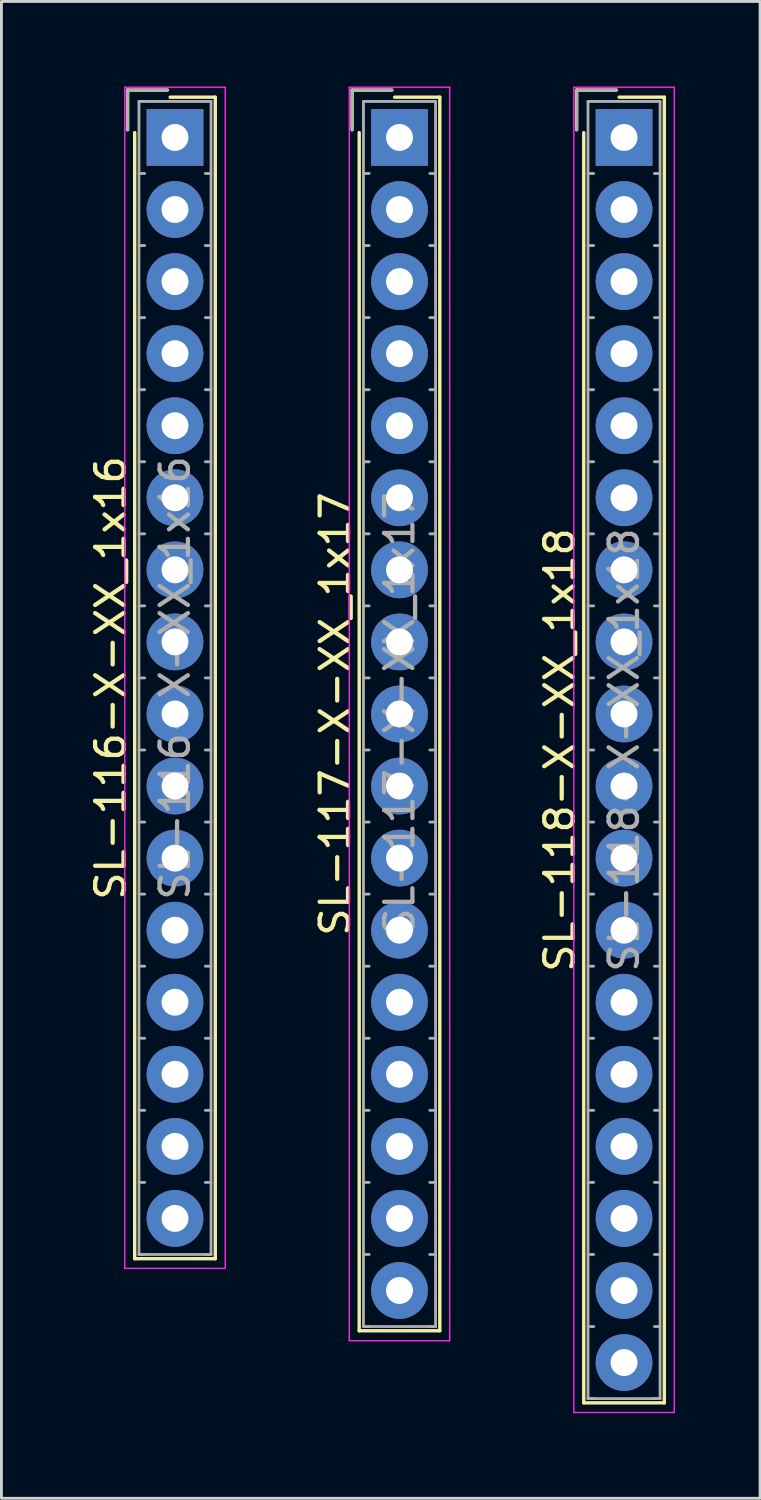
<source format=kicad_pcb>
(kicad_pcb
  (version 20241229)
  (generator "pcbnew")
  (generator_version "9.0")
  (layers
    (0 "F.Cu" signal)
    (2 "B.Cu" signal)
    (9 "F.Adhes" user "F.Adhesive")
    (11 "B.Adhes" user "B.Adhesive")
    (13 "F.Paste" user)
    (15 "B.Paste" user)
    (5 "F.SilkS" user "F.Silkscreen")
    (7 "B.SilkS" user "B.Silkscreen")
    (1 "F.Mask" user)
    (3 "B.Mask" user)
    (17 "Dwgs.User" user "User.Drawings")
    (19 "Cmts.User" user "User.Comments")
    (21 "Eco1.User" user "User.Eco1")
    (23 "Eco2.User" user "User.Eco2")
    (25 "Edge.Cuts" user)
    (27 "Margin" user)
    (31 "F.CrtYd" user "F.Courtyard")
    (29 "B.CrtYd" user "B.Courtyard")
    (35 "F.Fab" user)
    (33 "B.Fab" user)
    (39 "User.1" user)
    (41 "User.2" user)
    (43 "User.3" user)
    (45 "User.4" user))
  (footprint "SL-116-X-XX_1x16"
    (layer "F.Cu")
    (at 3.118 1.795)
    (property "Reference" "SL-116-X-XX_1x16" (at -2.27 19.05 90) (layer "F.SilkS") (effects (font (size 1 1) (thickness 0.15))))
    (attr through_hole)
    (fp_line (start -1.67 -1.67) (end -1.67 -0.27) (stroke (width 0.12) (type solid)) (layer "F.SilkS"))
    (fp_line (start -1.42 39.52) (end -1.42 -0.17) (stroke (width 0.12) (type solid)) (layer "F.SilkS"))
    (fp_line (start -0.27 -1.67) (end -1.67 -1.67) (stroke (width 0.12) (type solid)) (layer "F.SilkS"))
    (fp_line (start -0.17 -1.42) (end 1.42 -1.42) (stroke (width 0.12) (type solid)) (layer "F.SilkS"))
    (fp_line (start 1.42 -1.42) (end 1.42 39.52) (stroke (width 0.12) (type solid)) (layer "F.SilkS"))
    (fp_line (start 1.42 39.52) (end -1.42 39.52) (stroke (width 0.12) (type solid)) (layer "F.SilkS"))
    (fp_line (start -1.77 -1.77) (end -1.77 39.86) (stroke (width 0.05) (type solid)) (layer "F.CrtYd"))
    (fp_line (start -1.77 39.86) (end 1.77 39.86) (stroke (width 0.05) (type solid)) (layer "F.CrtYd"))
    (fp_line (start 1.77 -1.77) (end -1.77 -1.77) (stroke (width 0.05) (type solid)) (layer "F.CrtYd"))
    (fp_line (start 1.77 39.86) (end 1.77 -1.77) (stroke (width 0.05) (type solid)) (layer "F.CrtYd"))
    (fp_line (start -1.67 -1.67) (end -1.67 -0.27) (stroke (width 0.1) (type solid)) (layer "F.Fab"))
    (fp_line (start -1.27 -1.27) (end -1.27 39.37) (stroke (width 0.1) (type solid)) (layer "F.Fab"))
    (fp_line (start -1.27 1.27) (end -1.07 1.27) (stroke (width 0.1) (type solid)) (layer "F.Fab"))
    (fp_line (start -1.27 3.81) (end -1.07 3.81) (stroke (width 0.1) (type solid)) (layer "F.Fab"))
    (fp_line (start -1.27 6.35) (end -1.07 6.35) (stroke (width 0.1) (type solid)) (layer "F.Fab"))
    (fp_line (start -1.27 8.89) (end -1.07 8.89) (stroke (width 0.1) (type solid)) (layer "F.Fab"))
    (fp_line (start -1.27 11.43) (end -1.07 11.43) (stroke (width 0.1) (type solid)) (layer "F.Fab"))
    (fp_line (start -1.27 13.97) (end -1.07 13.97) (stroke (width 0.1) (type solid)) (layer "F.Fab"))
    (fp_line (start -1.27 16.51) (end -1.07 16.51) (stroke (width 0.1) (type solid)) (layer "F.Fab"))
    (fp_line (start -1.27 19.05) (end -1.07 19.05) (stroke (width 0.1) (type solid)) (layer "F.Fab"))
    (fp_line (start -1.27 21.59) (end -1.07 21.59) (stroke (width 0.1) (type solid)) (layer "F.Fab"))
    (fp_line (start -1.27 24.13) (end -1.07 24.13) (stroke (width 0.1) (type solid)) (layer "F.Fab"))
    (fp_line (start -1.27 26.67) (end -1.07 26.67) (stroke (width 0.1) (type solid)) (layer "F.Fab"))
    (fp_line (start -1.27 29.21) (end -1.07 29.21) (stroke (width 0.1) (type solid)) (layer "F.Fab"))
    (fp_line (start -1.27 31.75) (end -1.07 31.75) (stroke (width 0.1) (type solid)) (layer "F.Fab"))
    (fp_line (start -1.27 34.29) (end -1.07 34.29) (stroke (width 0.1) (type solid)) (layer "F.Fab"))
    (fp_line (start -1.27 36.83) (end -1.07 36.83) (stroke (width 0.1) (type solid)) (layer "F.Fab"))
    (fp_line (start -1.27 39.37) (end -1.07 39.37) (stroke (width 0.1) (type solid)) (layer "F.Fab"))
    (fp_line (start -1.27 39.37) (end 1.27 39.37) (stroke (width 0.1) (type solid)) (layer "F.Fab"))
    (fp_line (start -0.27 -1.67) (end -1.67 -1.67) (stroke (width 0.1) (type solid)) (layer "F.Fab"))
    (fp_line (start 1.27 -1.27) (end -1.27 -1.27) (stroke (width 0.1) (type solid)) (layer "F.Fab"))
    (fp_line (start 1.27 1.27) (end 1.07 1.27) (stroke (width 0.1) (type solid)) (layer "F.Fab"))
    (fp_line (start 1.27 3.81) (end 1.07 3.81) (stroke (width 0.1) (type solid)) (layer "F.Fab"))
    (fp_line (start 1.27 6.35) (end 1.07 6.35) (stroke (width 0.1) (type solid)) (layer "F.Fab"))
    (fp_line (start 1.27 8.89) (end 1.07 8.89) (stroke (width 0.1) (type solid)) (layer "F.Fab"))
    (fp_line (start 1.27 11.43) (end 1.07 11.43) (stroke (width 0.1) (type solid)) (layer "F.Fab"))
    (fp_line (start 1.27 13.97) (end 1.07 13.97) (stroke (width 0.1) (type solid)) (layer "F.Fab"))
    (fp_line (start 1.27 16.51) (end 1.07 16.51) (stroke (width 0.1) (type solid)) (layer "F.Fab"))
    (fp_line (start 1.27 19.05) (end 1.07 19.05) (stroke (width 0.1) (type solid)) (layer "F.Fab"))
    (fp_line (start 1.27 21.59) (end 1.07 21.59) (stroke (width 0.1) (type solid)) (layer "F.Fab"))
    (fp_line (start 1.27 24.13) (end 1.07 24.13) (stroke (width 0.1) (type solid)) (layer "F.Fab"))
    (fp_line (start 1.27 26.67) (end 1.07 26.67) (stroke (width 0.1) (type solid)) (layer "F.Fab"))
    (fp_line (start 1.27 29.21) (end 1.07 29.21) (stroke (width 0.1) (type solid)) (layer "F.Fab"))
    (fp_line (start 1.27 31.75) (end 1.07 31.75) (stroke (width 0.1) (type solid)) (layer "F.Fab"))
    (fp_line (start 1.27 34.29) (end 1.07 34.29) (stroke (width 0.1) (type solid)) (layer "F.Fab"))
    (fp_line (start 1.27 36.83) (end 1.07 36.83) (stroke (width 0.1) (type solid)) (layer "F.Fab"))
    (fp_line (start 1.27 39.37) (end 1.07 39.37) (stroke (width 0.1) (type solid)) (layer "F.Fab"))
    (fp_line (start 1.27 39.37) (end 1.27 -1.27) (stroke (width 0.1) (type solid)) (layer "F.Fab"))
    (fp_text user "${REFERENCE}" (at 0 19.05 90) (layer "F.Fab") (effects (font (size 1 1) (thickness 0.15))))
    (pad "1" thru_hole rect (at 0 0) (size 2 2) (drill 0.95) (layers "*.Cu" "*.Mask"))
    (pad "2" thru_hole circle (at 0 2.54) (size 2 2) (drill 0.95) (layers "*.Cu" "*.Mask"))
    (pad "3" thru_hole circle (at 0 5.08) (size 2 2) (drill 0.95) (layers "*.Cu" "*.Mask"))
    (pad "4" thru_hole circle (at 0 7.62) (size 2 2) (drill 0.95) (layers "*.Cu" "*.Mask"))
    (pad "5" thru_hole circle (at 0 10.16) (size 2 2) (drill 0.95) (layers "*.Cu" "*.Mask"))
    (pad "6" thru_hole circle (at 0 12.7) (size 2 2) (drill 0.95) (layers "*.Cu" "*.Mask"))
    (pad "7" thru_hole circle (at 0 15.24) (size 2 2) (drill 0.95) (layers "*.Cu" "*.Mask"))
    (pad "8" thru_hole circle (at 0 17.78) (size 2 2) (drill 0.95) (layers "*.Cu" "*.Mask"))
    (pad "9" thru_hole circle (at 0 20.32) (size 2 2) (drill 0.95) (layers "*.Cu" "*.Mask"))
    (pad "10" thru_hole circle (at 0 22.86) (size 2 2) (drill 0.95) (layers "*.Cu" "*.Mask"))
    (pad "11" thru_hole circle (at 0 25.4) (size 2 2) (drill 0.95) (layers "*.Cu" "*.Mask"))
    (pad "12" thru_hole circle (at 0 27.94) (size 2 2) (drill 0.95) (layers "*.Cu" "*.Mask"))
    (pad "13" thru_hole circle (at 0 30.48) (size 2 2) (drill 0.95) (layers "*.Cu" "*.Mask"))
    (pad "14" thru_hole circle (at 0 33.02) (size 2 2) (drill 0.95) (layers "*.Cu" "*.Mask"))
    (pad "15" thru_hole circle (at 0 35.56) (size 2 2) (drill 0.95) (layers "*.Cu" "*.Mask"))
    (pad "16" thru_hole circle (at 0 38.1) (size 2 2) (drill 0.95) (layers "*.Cu" "*.Mask")))
  (footprint "SL-117-X-XX_1x17"
    (layer "F.Cu")
    (at 11.031 1.795)
    (property "Reference" "SL-117-X-XX_1x17" (at -2.27 20.32 90) (layer "F.SilkS") (effects (font (size 1 1) (thickness 0.15))))
    (attr through_hole)
    (fp_line (start -1.67 -1.67) (end -1.67 -0.27) (stroke (width 0.12) (type solid)) (layer "F.SilkS"))
    (fp_line (start -1.42 42.06) (end -1.42 -0.17) (stroke (width 0.12) (type solid)) (layer "F.SilkS"))
    (fp_line (start -0.27 -1.67) (end -1.67 -1.67) (stroke (width 0.12) (type solid)) (layer "F.SilkS"))
    (fp_line (start -0.17 -1.42) (end 1.42 -1.42) (stroke (width 0.12) (type solid)) (layer "F.SilkS"))
    (fp_line (start 1.42 -1.42) (end 1.42 42.06) (stroke (width 0.12) (type solid)) (layer "F.SilkS"))
    (fp_line (start 1.42 42.06) (end -1.42 42.06) (stroke (width 0.12) (type solid)) (layer "F.SilkS"))
    (fp_line (start -1.77 -1.77) (end -1.77 42.41) (stroke (width 0.05) (type solid)) (layer "F.CrtYd"))
    (fp_line (start -1.77 42.41) (end 1.77 42.41) (stroke (width 0.05) (type solid)) (layer "F.CrtYd"))
    (fp_line (start 1.77 -1.77) (end -1.77 -1.77) (stroke (width 0.05) (type solid)) (layer "F.CrtYd"))
    (fp_line (start 1.77 42.41) (end 1.77 -1.77) (stroke (width 0.05) (type solid)) (layer "F.CrtYd"))
    (fp_line (start -1.67 -1.67) (end -1.67 -0.27) (stroke (width 0.1) (type solid)) (layer "F.Fab"))
    (fp_line (start -1.27 -1.27) (end -1.27 41.91) (stroke (width 0.1) (type solid)) (layer "F.Fab"))
    (fp_line (start -1.27 1.27) (end -1.07 1.27) (stroke (width 0.1) (type solid)) (layer "F.Fab"))
    (fp_line (start -1.27 3.81) (end -1.07 3.81) (stroke (width 0.1) (type solid)) (layer "F.Fab"))
    (fp_line (start -1.27 6.35) (end -1.07 6.35) (stroke (width 0.1) (type solid)) (layer "F.Fab"))
    (fp_line (start -1.27 8.89) (end -1.07 8.89) (stroke (width 0.1) (type solid)) (layer "F.Fab"))
    (fp_line (start -1.27 11.43) (end -1.07 11.43) (stroke (width 0.1) (type solid)) (layer "F.Fab"))
    (fp_line (start -1.27 13.97) (end -1.07 13.97) (stroke (width 0.1) (type solid)) (layer "F.Fab"))
    (fp_line (start -1.27 16.51) (end -1.07 16.51) (stroke (width 0.1) (type solid)) (layer "F.Fab"))
    (fp_line (start -1.27 19.05) (end -1.07 19.05) (stroke (width 0.1) (type solid)) (layer "F.Fab"))
    (fp_line (start -1.27 21.59) (end -1.07 21.59) (stroke (width 0.1) (type solid)) (layer "F.Fab"))
    (fp_line (start -1.27 24.13) (end -1.07 24.13) (stroke (width 0.1) (type solid)) (layer "F.Fab"))
    (fp_line (start -1.27 26.67) (end -1.07 26.67) (stroke (width 0.1) (type solid)) (layer "F.Fab"))
    (fp_line (start -1.27 29.21) (end -1.07 29.21) (stroke (width 0.1) (type solid)) (layer "F.Fab"))
    (fp_line (start -1.27 31.75) (end -1.07 31.75) (stroke (width 0.1) (type solid)) (layer "F.Fab"))
    (fp_line (start -1.27 34.29) (end -1.07 34.29) (stroke (width 0.1) (type solid)) (layer "F.Fab"))
    (fp_line (start -1.27 36.83) (end -1.07 36.83) (stroke (width 0.1) (type solid)) (layer "F.Fab"))
    (fp_line (start -1.27 39.37) (end -1.07 39.37) (stroke (width 0.1) (type solid)) (layer "F.Fab"))
    (fp_line (start -1.27 41.91) (end -1.07 41.91) (stroke (width 0.1) (type solid)) (layer "F.Fab"))
    (fp_line (start -1.27 41.91) (end 1.27 41.91) (stroke (width 0.1) (type solid)) (layer "F.Fab"))
    (fp_line (start -0.27 -1.67) (end -1.67 -1.67) (stroke (width 0.1) (type solid)) (layer "F.Fab"))
    (fp_line (start 1.27 -1.27) (end -1.27 -1.27) (stroke (width 0.1) (type solid)) (layer "F.Fab"))
    (fp_line (start 1.27 1.27) (end 1.07 1.27) (stroke (width 0.1) (type solid)) (layer "F.Fab"))
    (fp_line (start 1.27 3.81) (end 1.07 3.81) (stroke (width 0.1) (type solid)) (layer "F.Fab"))
    (fp_line (start 1.27 6.35) (end 1.07 6.35) (stroke (width 0.1) (type solid)) (layer "F.Fab"))
    (fp_line (start 1.27 8.89) (end 1.07 8.89) (stroke (width 0.1) (type solid)) (layer "F.Fab"))
    (fp_line (start 1.27 11.43) (end 1.07 11.43) (stroke (width 0.1) (type solid)) (layer "F.Fab"))
    (fp_line (start 1.27 13.97) (end 1.07 13.97) (stroke (width 0.1) (type solid)) (layer "F.Fab"))
    (fp_line (start 1.27 16.51) (end 1.07 16.51) (stroke (width 0.1) (type solid)) (layer "F.Fab"))
    (fp_line (start 1.27 19.05) (end 1.07 19.05) (stroke (width 0.1) (type solid)) (layer "F.Fab"))
    (fp_line (start 1.27 21.59) (end 1.07 21.59) (stroke (width 0.1) (type solid)) (layer "F.Fab"))
    (fp_line (start 1.27 24.13) (end 1.07 24.13) (stroke (width 0.1) (type solid)) (layer "F.Fab"))
    (fp_line (start 1.27 26.67) (end 1.07 26.67) (stroke (width 0.1) (type solid)) (layer "F.Fab"))
    (fp_line (start 1.27 29.21) (end 1.07 29.21) (stroke (width 0.1) (type solid)) (layer "F.Fab"))
    (fp_line (start 1.27 31.75) (end 1.07 31.75) (stroke (width 0.1) (type solid)) (layer "F.Fab"))
    (fp_line (start 1.27 34.29) (end 1.07 34.29) (stroke (width 0.1) (type solid)) (layer "F.Fab"))
    (fp_line (start 1.27 36.83) (end 1.07 36.83) (stroke (width 0.1) (type solid)) (layer "F.Fab"))
    (fp_line (start 1.27 39.37) (end 1.07 39.37) (stroke (width 0.1) (type solid)) (layer "F.Fab"))
    (fp_line (start 1.27 41.91) (end 1.07 41.91) (stroke (width 0.1) (type solid)) (layer "F.Fab"))
    (fp_line (start 1.27 41.91) (end 1.27 -1.27) (stroke (width 0.1) (type solid)) (layer "F.Fab"))
    (fp_text user "${REFERENCE}" (at 0 20.32 90) (layer "F.Fab") (effects (font (size 1 1) (thickness 0.15))))
    (pad "1" thru_hole rect (at 0 0) (size 2 2) (drill 0.95) (layers "*.Cu" "*.Mask"))
    (pad "2" thru_hole circle (at 0 2.54) (size 2 2) (drill 0.95) (layers "*.Cu" "*.Mask"))
    (pad "3" thru_hole circle (at 0 5.08) (size 2 2) (drill 0.95) (layers "*.Cu" "*.Mask"))
    (pad "4" thru_hole circle (at 0 7.62) (size 2 2) (drill 0.95) (layers "*.Cu" "*.Mask"))
    (pad "5" thru_hole circle (at 0 10.16) (size 2 2) (drill 0.95) (layers "*.Cu" "*.Mask"))
    (pad "6" thru_hole circle (at 0 12.7) (size 2 2) (drill 0.95) (layers "*.Cu" "*.Mask"))
    (pad "7" thru_hole circle (at 0 15.24) (size 2 2) (drill 0.95) (layers "*.Cu" "*.Mask"))
    (pad "8" thru_hole circle (at 0 17.78) (size 2 2) (drill 0.95) (layers "*.Cu" "*.Mask"))
    (pad "9" thru_hole circle (at 0 20.32) (size 2 2) (drill 0.95) (layers "*.Cu" "*.Mask"))
    (pad "10" thru_hole circle (at 0 22.86) (size 2 2) (drill 0.95) (layers "*.Cu" "*.Mask"))
    (pad "11" thru_hole circle (at 0 25.4) (size 2 2) (drill 0.95) (layers "*.Cu" "*.Mask"))
    (pad "12" thru_hole circle (at 0 27.94) (size 2 2) (drill 0.95) (layers "*.Cu" "*.Mask"))
    (pad "13" thru_hole circle (at 0 30.48) (size 2 2) (drill 0.95) (layers "*.Cu" "*.Mask"))
    (pad "14" thru_hole circle (at 0 33.02) (size 2 2) (drill 0.95) (layers "*.Cu" "*.Mask"))
    (pad "15" thru_hole circle (at 0 35.56) (size 2 2) (drill 0.95) (layers "*.Cu" "*.Mask"))
    (pad "16" thru_hole circle (at 0 38.1) (size 2 2) (drill 0.95) (layers "*.Cu" "*.Mask"))
    (pad "17" thru_hole circle (at 0 40.64) (size 2 2) (drill 0.95) (layers "*.Cu" "*.Mask")))
  (footprint "SL-118-X-XX_1x18"
    (layer "F.Cu")
    (at 18.945 1.795)
    (property "Reference" "SL-118-X-XX_1x18" (at -2.27 21.59 90) (layer "F.SilkS") (effects (font (size 1 1) (thickness 0.15))))
    (attr through_hole)
    (fp_line (start -1.67 -1.67) (end -1.67 -0.27) (stroke (width 0.12) (type solid)) (layer "F.SilkS"))
    (fp_line (start -1.42 44.6) (end -1.42 -0.17) (stroke (width 0.12) (type solid)) (layer "F.SilkS"))
    (fp_line (start -0.27 -1.67) (end -1.67 -1.67) (stroke (width 0.12) (type solid)) (layer "F.SilkS"))
    (fp_line (start -0.17 -1.42) (end 1.42 -1.42) (stroke (width 0.12) (type solid)) (layer "F.SilkS"))
    (fp_line (start 1.42 -1.42) (end 1.42 44.6) (stroke (width 0.12) (type solid)) (layer "F.SilkS"))
    (fp_line (start 1.42 44.6) (end -1.42 44.6) (stroke (width 0.12) (type solid)) (layer "F.SilkS"))
    (fp_line (start -1.77 -1.77) (end -1.77 44.94) (stroke (width 0.05) (type solid)) (layer "F.CrtYd"))
    (fp_line (start -1.77 44.94) (end 1.77 44.94) (stroke (width 0.05) (type solid)) (layer "F.CrtYd"))
    (fp_line (start 1.77 -1.77) (end -1.77 -1.77) (stroke (width 0.05) (type solid)) (layer "F.CrtYd"))
    (fp_line (start 1.77 44.94) (end 1.77 -1.77) (stroke (width 0.05) (type solid)) (layer "F.CrtYd"))
    (fp_line (start -1.67 -1.67) (end -1.67 -0.27) (stroke (width 0.1) (type solid)) (layer "F.Fab"))
    (fp_line (start -1.27 -1.27) (end -1.27 44.45) (stroke (width 0.1) (type solid)) (layer "F.Fab"))
    (fp_line (start -1.27 1.27) (end -1.07 1.27) (stroke (width 0.1) (type solid)) (layer "F.Fab"))
    (fp_line (start -1.27 3.81) (end -1.07 3.81) (stroke (width 0.1) (type solid)) (layer "F.Fab"))
    (fp_line (start -1.27 6.35) (end -1.07 6.35) (stroke (width 0.1) (type solid)) (layer "F.Fab"))
    (fp_line (start -1.27 8.89) (end -1.07 8.89) (stroke (width 0.1) (type solid)) (layer "F.Fab"))
    (fp_line (start -1.27 11.43) (end -1.07 11.43) (stroke (width 0.1) (type solid)) (layer "F.Fab"))
    (fp_line (start -1.27 13.97) (end -1.07 13.97) (stroke (width 0.1) (type solid)) (layer "F.Fab"))
    (fp_line (start -1.27 16.51) (end -1.07 16.51) (stroke (width 0.1) (type solid)) (layer "F.Fab"))
    (fp_line (start -1.27 19.05) (end -1.07 19.05) (stroke (width 0.1) (type solid)) (layer "F.Fab"))
    (fp_line (start -1.27 21.59) (end -1.07 21.59) (stroke (width 0.1) (type solid)) (layer "F.Fab"))
    (fp_line (start -1.27 24.13) (end -1.07 24.13) (stroke (width 0.1) (type solid)) (layer "F.Fab"))
    (fp_line (start -1.27 26.67) (end -1.07 26.67) (stroke (width 0.1) (type solid)) (layer "F.Fab"))
    (fp_line (start -1.27 29.21) (end -1.07 29.21) (stroke (width 0.1) (type solid)) (layer "F.Fab"))
    (fp_line (start -1.27 31.75) (end -1.07 31.75) (stroke (width 0.1) (type solid)) (layer "F.Fab"))
    (fp_line (start -1.27 34.29) (end -1.07 34.29) (stroke (width 0.1) (type solid)) (layer "F.Fab"))
    (fp_line (start -1.27 36.83) (end -1.07 36.83) (stroke (width 0.1) (type solid)) (layer "F.Fab"))
    (fp_line (start -1.27 39.37) (end -1.07 39.37) (stroke (width 0.1) (type solid)) (layer "F.Fab"))
    (fp_line (start -1.27 41.91) (end -1.07 41.91) (stroke (width 0.1) (type solid)) (layer "F.Fab"))
    (fp_line (start -1.27 44.45) (end -1.07 44.45) (stroke (width 0.1) (type solid)) (layer "F.Fab"))
    (fp_line (start -1.27 44.45) (end 1.27 44.45) (stroke (width 0.1) (type solid)) (layer "F.Fab"))
    (fp_line (start -0.27 -1.67) (end -1.67 -1.67) (stroke (width 0.1) (type solid)) (layer "F.Fab"))
    (fp_line (start 1.27 -1.27) (end -1.27 -1.27) (stroke (width 0.1) (type solid)) (layer "F.Fab"))
    (fp_line (start 1.27 1.27) (end 1.07 1.27) (stroke (width 0.1) (type solid)) (layer "F.Fab"))
    (fp_line (start 1.27 3.81) (end 1.07 3.81) (stroke (width 0.1) (type solid)) (layer "F.Fab"))
    (fp_line (start 1.27 6.35) (end 1.07 6.35) (stroke (width 0.1) (type solid)) (layer "F.Fab"))
    (fp_line (start 1.27 8.89) (end 1.07 8.89) (stroke (width 0.1) (type solid)) (layer "F.Fab"))
    (fp_line (start 1.27 11.43) (end 1.07 11.43) (stroke (width 0.1) (type solid)) (layer "F.Fab"))
    (fp_line (start 1.27 13.97) (end 1.07 13.97) (stroke (width 0.1) (type solid)) (layer "F.Fab"))
    (fp_line (start 1.27 16.51) (end 1.07 16.51) (stroke (width 0.1) (type solid)) (layer "F.Fab"))
    (fp_line (start 1.27 19.05) (end 1.07 19.05) (stroke (width 0.1) (type solid)) (layer "F.Fab"))
    (fp_line (start 1.27 21.59) (end 1.07 21.59) (stroke (width 0.1) (type solid)) (layer "F.Fab"))
    (fp_line (start 1.27 24.13) (end 1.07 24.13) (stroke (width 0.1) (type solid)) (layer "F.Fab"))
    (fp_line (start 1.27 26.67) (end 1.07 26.67) (stroke (width 0.1) (type solid)) (layer "F.Fab"))
    (fp_line (start 1.27 29.21) (end 1.07 29.21) (stroke (width 0.1) (type solid)) (layer "F.Fab"))
    (fp_line (start 1.27 31.75) (end 1.07 31.75) (stroke (width 0.1) (type solid)) (layer "F.Fab"))
    (fp_line (start 1.27 34.29) (end 1.07 34.29) (stroke (width 0.1) (type solid)) (layer "F.Fab"))
    (fp_line (start 1.27 36.83) (end 1.07 36.83) (stroke (width 0.1) (type solid)) (layer "F.Fab"))
    (fp_line (start 1.27 39.37) (end 1.07 39.37) (stroke (width 0.1) (type solid)) (layer "F.Fab"))
    (fp_line (start 1.27 41.91) (end 1.07 41.91) (stroke (width 0.1) (type solid)) (layer "F.Fab"))
    (fp_line (start 1.27 44.45) (end 1.07 44.45) (stroke (width 0.1) (type solid)) (layer "F.Fab"))
    (fp_line (start 1.27 44.45) (end 1.27 -1.27) (stroke (width 0.1) (type solid)) (layer "F.Fab"))
    (fp_text user "${REFERENCE}" (at 0 21.59 90) (layer "F.Fab") (effects (font (size 1 1) (thickness 0.15))))
    (pad "1" thru_hole rect (at 0 0) (size 2 2) (drill 0.95) (layers "*.Cu" "*.Mask"))
    (pad "2" thru_hole circle (at 0 2.54) (size 2 2) (drill 0.95) (layers "*.Cu" "*.Mask"))
    (pad "3" thru_hole circle (at 0 5.08) (size 2 2) (drill 0.95) (layers "*.Cu" "*.Mask"))
    (pad "4" thru_hole circle (at 0 7.62) (size 2 2) (drill 0.95) (layers "*.Cu" "*.Mask"))
    (pad "5" thru_hole circle (at 0 10.16) (size 2 2) (drill 0.95) (layers "*.Cu" "*.Mask"))
    (pad "6" thru_hole circle (at 0 12.7) (size 2 2) (drill 0.95) (layers "*.Cu" "*.Mask"))
    (pad "7" thru_hole circle (at 0 15.24) (size 2 2) (drill 0.95) (layers "*.Cu" "*.Mask"))
    (pad "8" thru_hole circle (at 0 17.78) (size 2 2) (drill 0.95) (layers "*.Cu" "*.Mask"))
    (pad "9" thru_hole circle (at 0 20.32) (size 2 2) (drill 0.95) (layers "*.Cu" "*.Mask"))
    (pad "10" thru_hole circle (at 0 22.86) (size 2 2) (drill 0.95) (layers "*.Cu" "*.Mask"))
    (pad "11" thru_hole circle (at 0 25.4) (size 2 2) (drill 0.95) (layers "*.Cu" "*.Mask"))
    (pad "12" thru_hole circle (at 0 27.94) (size 2 2) (drill 0.95) (layers "*.Cu" "*.Mask"))
    (pad "13" thru_hole circle (at 0 30.48) (size 2 2) (drill 0.95) (layers "*.Cu" "*.Mask"))
    (pad "14" thru_hole circle (at 0 33.02) (size 2 2) (drill 0.95) (layers "*.Cu" "*.Mask"))
    (pad "15" thru_hole circle (at 0 35.56) (size 2 2) (drill 0.95) (layers "*.Cu" "*.Mask"))
    (pad "16" thru_hole circle (at 0 38.1) (size 2 2) (drill 0.95) (layers "*.Cu" "*.Mask"))
    (pad "17" thru_hole circle (at 0 40.64) (size 2 2) (drill 0.95) (layers "*.Cu" "*.Mask"))
    (pad "18" thru_hole circle (at 0 43.18) (size 2 2) (drill 0.95) (layers "*.Cu" "*.Mask")))
  (gr_rect
    (start -3 -3)
    (end 23.74 49.76)
    (stroke (width 0.1) (type default))
    (fill no)
    (layer "Edge.Cuts")))
</source>
